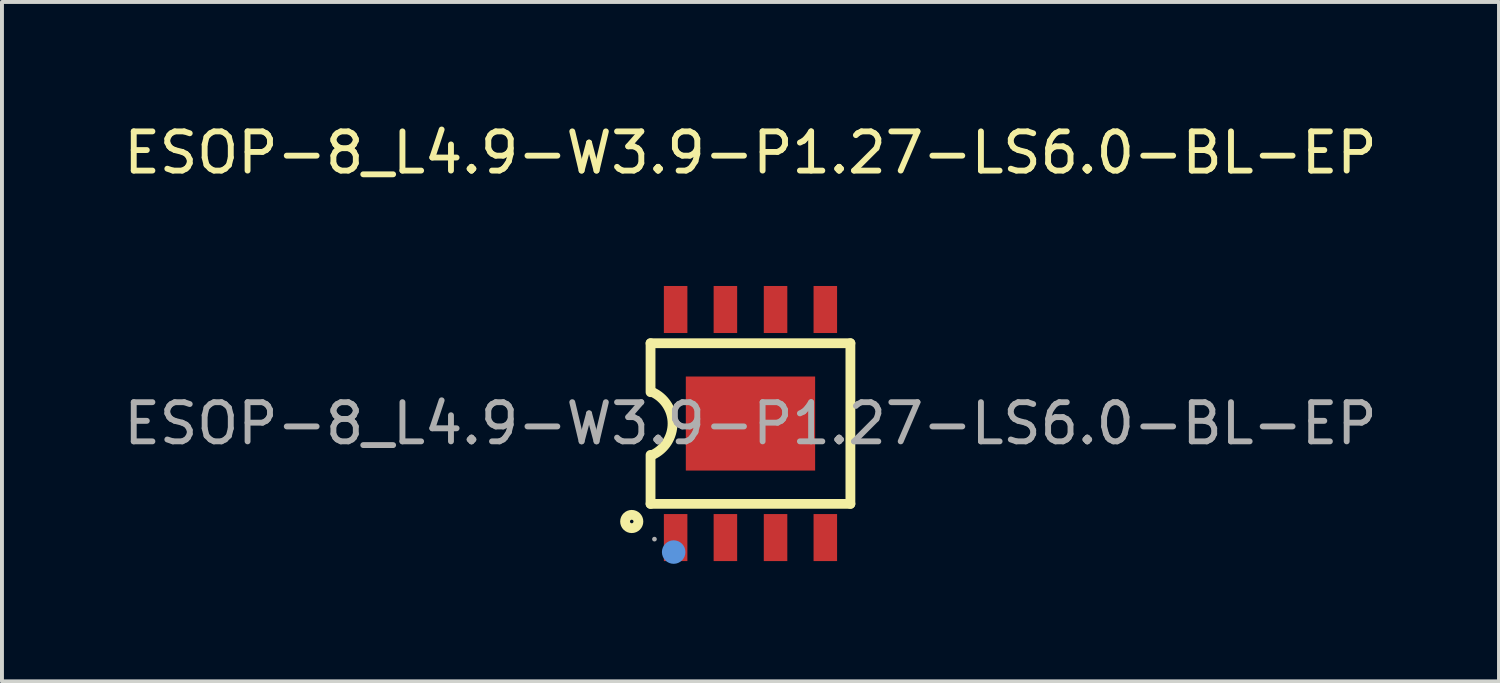
<source format=kicad_pcb>
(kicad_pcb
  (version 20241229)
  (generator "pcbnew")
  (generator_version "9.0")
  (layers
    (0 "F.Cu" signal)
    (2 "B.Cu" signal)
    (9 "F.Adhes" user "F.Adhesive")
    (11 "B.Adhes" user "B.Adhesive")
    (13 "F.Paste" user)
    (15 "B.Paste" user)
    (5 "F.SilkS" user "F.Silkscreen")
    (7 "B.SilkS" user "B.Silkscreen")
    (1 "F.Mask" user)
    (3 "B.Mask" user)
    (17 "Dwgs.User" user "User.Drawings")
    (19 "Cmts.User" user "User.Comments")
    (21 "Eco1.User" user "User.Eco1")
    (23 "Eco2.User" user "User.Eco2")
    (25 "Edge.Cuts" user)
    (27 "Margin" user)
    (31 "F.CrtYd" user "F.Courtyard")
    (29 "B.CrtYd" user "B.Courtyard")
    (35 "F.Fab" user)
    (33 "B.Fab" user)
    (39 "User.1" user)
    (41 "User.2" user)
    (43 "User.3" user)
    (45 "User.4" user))
  (footprint "ESOP-8_L4.9-W3.9-P1.27-LS6.0-BL-EP"
    (layer "F.Cu")
    (at 16.101 7.758)
    (property "Reference" "ESOP-8_L4.9-W3.9-P1.27-LS6.0-BL-EP" (at 0 -6.91 0) (layer "F.SilkS") (effects (font (size 1 1) (thickness 0.15))))
    (attr smd)
    (fp_line (start -2.55 -2.05) (end 2.55 -2.05) (stroke (width 0.25) (type solid)) (layer "F.SilkS"))
    (fp_line (start -2.55 -0.8) (end -2.55 -2.05) (stroke (width 0.25) (type solid)) (layer "F.SilkS"))
    (fp_line (start -2.55 0.8) (end -2.55 2.05) (stroke (width 0.25) (type solid)) (layer "F.SilkS"))
    (fp_line (start 2.55 -2.05) (end 2.55 2.05) (stroke (width 0.25) (type solid)) (layer "F.SilkS"))
    (fp_line (start 2.55 2.05) (end -2.55 2.05) (stroke (width 0.25) (type solid)) (layer "F.SilkS"))
    (fp_arc (start -2.505609 -0.802571) (mid -1.988586 -0.003085) (end -2.5 0.8) (stroke (width 0.25) (type solid)) (layer "F.SilkS"))
    (fp_circle (center -3.03 2.5) (end -2.86 2.5) (stroke (width 0.25) (type solid)) (fill no) (layer "F.SilkS"))
    (fp_circle (center -1.96 3.28) (end -1.81 3.28) (stroke (width 0.3) (type solid)) (fill no) (layer "Cmts.User"))
    (fp_circle (center -2.45 2.95) (end -2.42 2.95) (stroke (width 0.06) (type solid)) (fill no) (layer "F.Fab"))
    (fp_text user "${REFERENCE}" (at 0 0 0) (layer "F.Fab") (effects (font (size 1 1) (thickness 0.15))))
    (pad "1" smd rect (at -1.91 2.91) (size 0.6 1.2) (layers "F.Cu" "F.Mask" "F.Paste"))
    (pad "2" smd rect (at -0.64 2.91) (size 0.6 1.2) (layers "F.Cu" "F.Mask" "F.Paste"))
    (pad "3" smd rect (at 0.64 2.91) (size 0.6 1.2) (layers "F.Cu" "F.Mask" "F.Paste"))
    (pad "4" smd rect (at 1.91 2.91) (size 0.6 1.2) (layers "F.Cu" "F.Mask" "F.Paste"))
    (pad "5" smd rect (at 1.91 -2.91) (size 0.6 1.2) (layers "F.Cu" "F.Mask" "F.Paste"))
    (pad "6" smd rect (at 0.64 -2.91) (size 0.6 1.2) (layers "F.Cu" "F.Mask" "F.Paste"))
    (pad "7" smd rect (at -0.64 -2.91) (size 0.6 1.2) (layers "F.Cu" "F.Mask" "F.Paste"))
    (pad "8" smd rect (at -1.91 -2.91) (size 0.6 1.2) (layers "F.Cu" "F.Mask" "F.Paste"))
    (pad "9" smd rect (at 0 0 180) (size 3.3 2.4) (layers "F.Cu" "F.Mask" "F.Paste")))
  (gr_rect
    (start -3 -3)
    (end 35.202 14.338)
    (stroke (width 0.1) (type default))
    (fill no)
    (layer "Edge.Cuts")))
</source>
